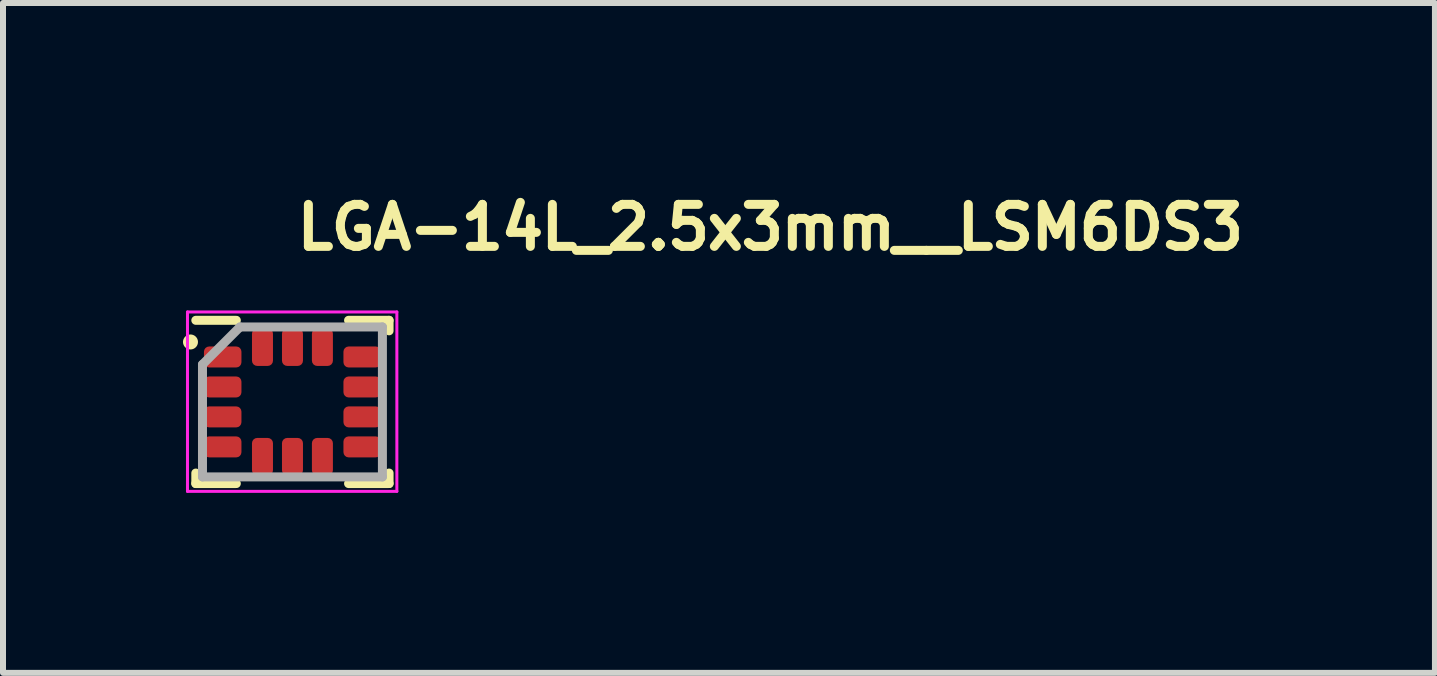
<source format=kicad_pcb>
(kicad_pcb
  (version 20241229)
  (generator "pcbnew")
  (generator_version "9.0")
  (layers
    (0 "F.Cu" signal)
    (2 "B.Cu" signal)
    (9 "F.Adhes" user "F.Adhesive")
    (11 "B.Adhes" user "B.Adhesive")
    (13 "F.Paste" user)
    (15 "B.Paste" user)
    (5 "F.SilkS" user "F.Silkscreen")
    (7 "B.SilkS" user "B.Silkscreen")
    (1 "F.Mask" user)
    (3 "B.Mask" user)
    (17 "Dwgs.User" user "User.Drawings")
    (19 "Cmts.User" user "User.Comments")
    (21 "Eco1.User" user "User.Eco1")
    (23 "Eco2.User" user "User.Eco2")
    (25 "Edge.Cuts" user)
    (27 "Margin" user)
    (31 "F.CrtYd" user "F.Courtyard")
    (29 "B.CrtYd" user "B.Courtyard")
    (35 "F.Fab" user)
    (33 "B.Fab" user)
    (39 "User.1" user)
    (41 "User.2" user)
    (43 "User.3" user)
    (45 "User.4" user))
  (footprint "LGA-14L_2.5x3mm__LSM6DS3"
    (layer "F.Cu")
    (at 1.825 3.65)
    (property "Reference" "LGA-14L_2.5x3mm__LSM6DS3" (at 0 -2.5 0) (layer "F.SilkS") (effects (font (size 0.7 0.7) (thickness 0.15)) (justify left bottom)))
    (attr smd)
    (fp_line (start -1.611 1.36) (end -1.611 1.185) (stroke (width 0.15) (type solid)) (layer "F.SilkS"))
    (fp_line (start -0.936 -1.361) (end -1.611 -1.361) (stroke (width 0.15) (type solid)) (layer "F.SilkS"))
    (fp_line (start -0.936 1.36) (end -1.611 1.36) (stroke (width 0.15) (type solid)) (layer "F.SilkS"))
    (fp_line (start 0.935 -1.361) (end 1.61 -1.361) (stroke (width 0.15) (type solid)) (layer "F.SilkS"))
    (fp_line (start 0.935 1.36) (end 1.61 1.36) (stroke (width 0.15) (type solid)) (layer "F.SilkS"))
    (fp_line (start 1.61 -1.361) (end 1.61 -1.186) (stroke (width 0.15) (type solid)) (layer "F.SilkS"))
    (fp_line (start 1.61 1.36) (end 1.61 1.185) (stroke (width 0.15) (type solid)) (layer "F.SilkS"))
    (fp_circle (center -1.7 -1) (end -1.65 -1) (stroke (width 0.15) (type solid)) (fill yes) (layer "F.SilkS"))
    (fp_line (start -1.75 -1.5) (end -1.75 1.49) (stroke (width 0.05) (type solid)) (layer "F.CrtYd"))
    (fp_line (start -1.75 1.49) (end 1.74 1.49) (stroke (width 0.05) (type solid)) (layer "F.CrtYd"))
    (fp_line (start 1.74 -1.5) (end -1.75 -1.5) (stroke (width 0.05) (type solid)) (layer "F.CrtYd"))
    (fp_line (start 1.74 1.49) (end 1.74 -1.5) (stroke (width 0.05) (type solid)) (layer "F.CrtYd"))
    (fp_line (start -1.5 -0.625) (end -0.875 -1.25) (stroke (width 0.15) (type solid)) (layer "F.Fab"))
    (fp_line (start -1.5 1.249) (end -1.5 -0.625) (stroke (width 0.15) (type solid)) (layer "F.Fab"))
    (fp_line (start -0.875 -1.25) (end 1.499 -1.25) (stroke (width 0.15) (type solid)) (layer "F.Fab"))
    (fp_line (start 1.499 -1.25) (end 1.499 1.249) (stroke (width 0.15) (type solid)) (layer "F.Fab"))
    (fp_line (start 1.499 1.249) (end -1.5 1.249) (stroke (width 0.15) (type solid)) (layer "F.Fab"))
    (fp_line (start -1.5 -1.2) (end -1.5 1.2) (stroke (width 0.01) (type solid)) (layer "User.9"))
    (fp_line (start -1.5 1.2) (end -1.5 1.203) (stroke (width 0.01) (type solid)) (layer "User.9"))
    (fp_line (start -1.5 -1.203) (end -1.5 -1.2) (stroke (width 0.01) (type solid)) (layer "User.9"))
    (fp_line (start -1.5 1.203) (end -1.5 1.205) (stroke (width 0.01) (type solid)) (layer "User.9"))
    (fp_line (start -1.5 -1.205) (end -1.5 -1.203) (stroke (width 0.01) (type solid)) (layer "User.9"))
    (fp_line (start -1.5 1.205) (end -1.499 1.208) (stroke (width 0.01) (type solid)) (layer "User.9"))
    (fp_line (start -1.499 -1.208) (end -1.5 -1.205) (stroke (width 0.01) (type solid)) (layer "User.9"))
    (fp_line (start -1.499 1.208) (end -1.499 1.21) (stroke (width 0.01) (type solid)) (layer "User.9"))
    (fp_line (start -1.499 -1.21) (end -1.499 -1.208) (stroke (width 0.01) (type solid)) (layer "User.9"))
    (fp_line (start -1.499 1.21) (end -1.498 1.212) (stroke (width 0.01) (type solid)) (layer "User.9"))
    (fp_line (start -1.498 -1.212) (end -1.499 -1.21) (stroke (width 0.01) (type solid)) (layer "User.9"))
    (fp_line (start -1.498 1.212) (end -1.498 1.215) (stroke (width 0.01) (type solid)) (layer "User.9"))
    (fp_line (start -1.498 -1.215) (end -1.498 -1.212) (stroke (width 0.01) (type solid)) (layer "User.9"))
    (fp_line (start -1.498 1.215) (end -1.497 1.217) (stroke (width 0.01) (type solid)) (layer "User.9"))
    (fp_line (start -1.497 -1.217) (end -1.498 -1.215) (stroke (width 0.01) (type solid)) (layer "User.9"))
    (fp_line (start -1.497 1.217) (end -1.496 1.219) (stroke (width 0.01) (type solid)) (layer "User.9"))
    (fp_line (start -1.496 -1.219) (end -1.497 -1.217) (stroke (width 0.01) (type solid)) (layer "User.9"))
    (fp_line (start -1.496 1.219) (end -1.495 1.222) (stroke (width 0.01) (type solid)) (layer "User.9"))
    (fp_line (start -1.495 -1.222) (end -1.496 -1.219) (stroke (width 0.01) (type solid)) (layer "User.9"))
    (fp_line (start -1.495 1.222) (end -1.494 1.224) (stroke (width 0.01) (type solid)) (layer "User.9"))
    (fp_line (start -1.494 -1.224) (end -1.495 -1.222) (stroke (width 0.01) (type solid)) (layer "User.9"))
    (fp_line (start -1.494 1.224) (end -1.493 1.226) (stroke (width 0.01) (type solid)) (layer "User.9"))
    (fp_line (start -1.493 -1.226) (end -1.494 -1.224) (stroke (width 0.01) (type solid)) (layer "User.9"))
    (fp_line (start -1.493 1.226) (end -1.491 1.228) (stroke (width 0.01) (type solid)) (layer "User.9"))
    (fp_line (start -1.491 -1.228) (end -1.493 -1.226) (stroke (width 0.01) (type solid)) (layer "User.9"))
    (fp_line (start -1.491 1.228) (end -1.49 1.23) (stroke (width 0.01) (type solid)) (layer "User.9"))
    (fp_line (start -1.49 -1.23) (end -1.491 -1.228) (stroke (width 0.01) (type solid)) (layer "User.9"))
    (fp_line (start -1.49 1.23) (end -1.489 1.232) (stroke (width 0.01) (type solid)) (layer "User.9"))
    (fp_line (start -1.489 -1.232) (end -1.49 -1.23) (stroke (width 0.01) (type solid)) (layer "User.9"))
    (fp_line (start -1.489 1.232) (end -1.487 1.234) (stroke (width 0.01) (type solid)) (layer "User.9"))
    (fp_line (start -1.487 -1.234) (end -1.489 -1.232) (stroke (width 0.01) (type solid)) (layer "User.9"))
    (fp_line (start -1.487 1.234) (end -1.485 1.235) (stroke (width 0.01) (type solid)) (layer "User.9"))
    (fp_line (start -1.485 -1.235) (end -1.487 -1.234) (stroke (width 0.01) (type solid)) (layer "User.9"))
    (fp_line (start -1.485 1.235) (end -1.484 1.237) (stroke (width 0.01) (type solid)) (layer "User.9"))
    (fp_line (start -1.484 -1.237) (end -1.485 -1.235) (stroke (width 0.01) (type solid)) (layer "User.9"))
    (fp_line (start -1.484 1.237) (end -1.482 1.239) (stroke (width 0.01) (type solid)) (layer "User.9"))
    (fp_line (start -1.482 -1.239) (end -1.484 -1.237) (stroke (width 0.01) (type solid)) (layer "User.9"))
    (fp_line (start -1.482 1.239) (end -1.48 1.24) (stroke (width 0.01) (type solid)) (layer "User.9"))
    (fp_line (start -1.48 -1.24) (end -1.482 -1.239) (stroke (width 0.01) (type solid)) (layer "User.9"))
    (fp_line (start -1.48 1.24) (end -1.478 1.241) (stroke (width 0.01) (type solid)) (layer "User.9"))
    (fp_line (start -1.478 -1.241) (end -1.48 -1.24) (stroke (width 0.01) (type solid)) (layer "User.9"))
    (fp_line (start -1.478 1.241) (end -1.476 1.243) (stroke (width 0.01) (type solid)) (layer "User.9"))
    (fp_line (start -1.476 -1.243) (end -1.478 -1.241) (stroke (width 0.01) (type solid)) (layer "User.9"))
    (fp_line (start -1.476 1.243) (end -1.474 1.244) (stroke (width 0.01) (type solid)) (layer "User.9"))
    (fp_line (start -1.474 -1.244) (end -1.476 -1.243) (stroke (width 0.01) (type solid)) (layer "User.9"))
    (fp_line (start -1.474 1.244) (end -1.472 1.245) (stroke (width 0.01) (type solid)) (layer "User.9"))
    (fp_line (start -1.472 -1.245) (end -1.474 -1.244) (stroke (width 0.01) (type solid)) (layer "User.9"))
    (fp_line (start -1.472 1.245) (end -1.469 1.246) (stroke (width 0.01) (type solid)) (layer "User.9"))
    (fp_line (start -1.469 -1.246) (end -1.472 -1.245) (stroke (width 0.01) (type solid)) (layer "User.9"))
    (fp_line (start -1.469 1.246) (end -1.467 1.247) (stroke (width 0.01) (type solid)) (layer "User.9"))
    (fp_line (start -1.467 -1.247) (end -1.469 -1.246) (stroke (width 0.01) (type solid)) (layer "User.9"))
    (fp_line (start -1.467 1.247) (end -1.465 1.248) (stroke (width 0.01) (type solid)) (layer "User.9"))
    (fp_line (start -1.465 -1.248) (end -1.467 -1.247) (stroke (width 0.01) (type solid)) (layer "User.9"))
    (fp_line (start -1.465 1.248) (end -1.462 1.248) (stroke (width 0.01) (type solid)) (layer "User.9"))
    (fp_line (start -1.462 -1.248) (end -1.465 -1.248) (stroke (width 0.01) (type solid)) (layer "User.9"))
    (fp_line (start -1.462 1.248) (end -1.46 1.249) (stroke (width 0.01) (type solid)) (layer "User.9"))
    (fp_line (start -1.46 -1.249) (end -1.462 -1.248) (stroke (width 0.01) (type solid)) (layer "User.9"))
    (fp_line (start -1.46 1.249) (end -1.458 1.249) (stroke (width 0.01) (type solid)) (layer "User.9"))
    (fp_line (start -1.458 -1.249) (end -1.46 -1.249) (stroke (width 0.01) (type solid)) (layer "User.9"))
    (fp_line (start -1.458 1.249) (end -1.455 1.25) (stroke (width 0.01) (type solid)) (layer "User.9"))
    (fp_line (start -1.455 -1.25) (end -1.458 -1.249) (stroke (width 0.01) (type solid)) (layer "User.9"))
    (fp_line (start -1.455 1.25) (end -1.453 1.25) (stroke (width 0.01) (type solid)) (layer "User.9"))
    (fp_line (start -1.453 -1.25) (end -1.455 -1.25) (stroke (width 0.01) (type solid)) (layer "User.9"))
    (fp_line (start -1.453 1.25) (end -1.45 1.25) (stroke (width 0.01) (type solid)) (layer "User.9"))
    (fp_line (start -1.45 -1.25) (end -1.453 -1.25) (stroke (width 0.01) (type solid)) (layer "User.9"))
    (fp_line (start -1.45 1.25) (end 1.45 1.25) (stroke (width 0.01) (type solid)) (layer "User.9"))
    (fp_line (start -1.1 -0.75) (end -1.1 -0.75) (stroke (width 0.01) (type solid)) (layer "User.9"))
    (fp_line (start -1.1 -0.75) (end -1.1 -0.743) (stroke (width 0.01) (type solid)) (layer "User.9"))
    (fp_line (start -1.1 -0.757) (end -1.1 -0.75) (stroke (width 0.01) (type solid)) (layer "User.9"))
    (fp_line (start -1.1 -0.743) (end -1.099 -0.735) (stroke (width 0.01) (type solid)) (layer "User.9"))
    (fp_line (start -1.099 -0.765) (end -1.1 -0.757) (stroke (width 0.01) (type solid)) (layer "User.9"))
    (fp_line (start -1.099 -0.735) (end -1.098 -0.728) (stroke (width 0.01) (type solid)) (layer "User.9"))
    (fp_line (start -1.098 -0.772) (end -1.099 -0.765) (stroke (width 0.01) (type solid)) (layer "User.9"))
    (fp_line (start -1.098 -0.728) (end -1.097 -0.721) (stroke (width 0.01) (type solid)) (layer "User.9"))
    (fp_line (start -1.097 -0.779) (end -1.098 -0.772) (stroke (width 0.01) (type solid)) (layer "User.9"))
    (fp_line (start -1.097 -0.721) (end -1.095 -0.713) (stroke (width 0.01) (type solid)) (layer "User.9"))
    (fp_line (start -1.095 -0.787) (end -1.097 -0.779) (stroke (width 0.01) (type solid)) (layer "User.9"))
    (fp_line (start -1.095 -0.713) (end -1.094 -0.706) (stroke (width 0.01) (type solid)) (layer "User.9"))
    (fp_line (start -1.094 -0.794) (end -1.095 -0.787) (stroke (width 0.01) (type solid)) (layer "User.9"))
    (fp_line (start -1.094 -0.706) (end -1.091 -0.699) (stroke (width 0.01) (type solid)) (layer "User.9"))
    (fp_line (start -1.091 -0.801) (end -1.094 -0.794) (stroke (width 0.01) (type solid)) (layer "User.9"))
    (fp_line (start -1.091 -0.699) (end -1.089 -0.693) (stroke (width 0.01) (type solid)) (layer "User.9"))
    (fp_line (start -1.089 -0.807) (end -1.091 -0.801) (stroke (width 0.01) (type solid)) (layer "User.9"))
    (fp_line (start -1.089 -0.693) (end -1.086 -0.686) (stroke (width 0.01) (type solid)) (layer "User.9"))
    (fp_line (start -1.086 -0.814) (end -1.089 -0.807) (stroke (width 0.01) (type solid)) (layer "User.9"))
    (fp_line (start -1.086 -0.686) (end -1.082 -0.679) (stroke (width 0.01) (type solid)) (layer "User.9"))
    (fp_line (start -1.082 -0.821) (end -1.086 -0.814) (stroke (width 0.01) (type solid)) (layer "User.9"))
    (fp_line (start -1.082 -0.679) (end -1.079 -0.673) (stroke (width 0.01) (type solid)) (layer "User.9"))
    (fp_line (start -1.079 -0.827) (end -1.082 -0.821) (stroke (width 0.01) (type solid)) (layer "User.9"))
    (fp_line (start -1.079 -0.673) (end -1.075 -0.667) (stroke (width 0.01) (type solid)) (layer "User.9"))
    (fp_line (start -1.075 -0.833) (end -1.079 -0.827) (stroke (width 0.01) (type solid)) (layer "User.9"))
    (fp_line (start -1.075 -0.667) (end -1.071 -0.661) (stroke (width 0.01) (type solid)) (layer "User.9"))
    (fp_line (start -1.071 -0.839) (end -1.075 -0.833) (stroke (width 0.01) (type solid)) (layer "User.9"))
    (fp_line (start -1.071 -0.661) (end -1.066 -0.655) (stroke (width 0.01) (type solid)) (layer "User.9"))
    (fp_line (start -1.066 -0.845) (end -1.071 -0.839) (stroke (width 0.01) (type solid)) (layer "User.9"))
    (fp_line (start -1.066 -0.655) (end -1.061 -0.649) (stroke (width 0.01) (type solid)) (layer "User.9"))
    (fp_line (start -1.061 -0.851) (end -1.066 -0.845) (stroke (width 0.01) (type solid)) (layer "User.9"))
    (fp_line (start -1.061 -0.649) (end -1.056 -0.644) (stroke (width 0.01) (type solid)) (layer "User.9"))
    (fp_line (start -1.056 -0.856) (end -1.061 -0.851) (stroke (width 0.01) (type solid)) (layer "User.9"))
    (fp_line (start -1.056 -0.856) (end -1.056 -0.856) (stroke (width 0.01) (type solid)) (layer "User.9"))
    (fp_line (start -1.056 -0.644) (end -1.056 -0.644) (stroke (width 0.01) (type solid)) (layer "User.9"))
    (fp_line (start -1.056 -0.644) (end -1.051 -0.639) (stroke (width 0.01) (type solid)) (layer "User.9"))
    (fp_line (start -1.051 -0.639) (end -1.045 -0.634) (stroke (width 0.01) (type solid)) (layer "User.9"))
    (fp_line (start -1.051 -0.861) (end -1.056 -0.856) (stroke (width 0.01) (type solid)) (layer "User.9"))
    (fp_line (start -1.045 -0.634) (end -1.039 -0.629) (stroke (width 0.01) (type solid)) (layer "User.9"))
    (fp_line (start -1.045 -0.866) (end -1.051 -0.861) (stroke (width 0.01) (type solid)) (layer "User.9"))
    (fp_line (start -1.039 -0.871) (end -1.045 -0.866) (stroke (width 0.01) (type solid)) (layer "User.9"))
    (fp_line (start -1.039 -0.629) (end -1.033 -0.625) (stroke (width 0.01) (type solid)) (layer "User.9"))
    (fp_line (start -1.033 -0.875) (end -1.039 -0.871) (stroke (width 0.01) (type solid)) (layer "User.9"))
    (fp_line (start -1.033 -0.625) (end -1.027 -0.621) (stroke (width 0.01) (type solid)) (layer "User.9"))
    (fp_line (start -1.027 -0.879) (end -1.033 -0.875) (stroke (width 0.01) (type solid)) (layer "User.9"))
    (fp_line (start -1.027 -0.621) (end -1.021 -0.618) (stroke (width 0.01) (type solid)) (layer "User.9"))
    (fp_line (start -1.021 -0.882) (end -1.027 -0.879) (stroke (width 0.01) (type solid)) (layer "User.9"))
    (fp_line (start -1.021 -0.618) (end -1.014 -0.614) (stroke (width 0.01) (type solid)) (layer "User.9"))
    (fp_line (start -1.014 -0.886) (end -1.021 -0.882) (stroke (width 0.01) (type solid)) (layer "User.9"))
    (fp_line (start -1.014 -0.614) (end -1.007 -0.611) (stroke (width 0.01) (type solid)) (layer "User.9"))
    (fp_line (start -1.007 -0.889) (end -1.014 -0.886) (stroke (width 0.01) (type solid)) (layer "User.9"))
    (fp_line (start -1.007 -0.611) (end -1 -0.609) (stroke (width 0.01) (type solid)) (layer "User.9"))
    (fp_line (start -1.001 -0.891) (end -1.007 -0.889) (stroke (width 0.01) (type solid)) (layer "User.9"))
    (fp_line (start -1 -0.609) (end -0.993 -0.606) (stroke (width 0.01) (type solid)) (layer "User.9"))
    (fp_line (start -0.994 -0.894) (end -1.001 -0.891) (stroke (width 0.01) (type solid)) (layer "User.9"))
    (fp_line (start -0.993 -0.606) (end -0.986 -0.604) (stroke (width 0.01) (type solid)) (layer "User.9"))
    (fp_line (start -0.987 -0.895) (end -0.994 -0.894) (stroke (width 0.01) (type solid)) (layer "User.9"))
    (fp_line (start -0.986 -0.604) (end -0.979 -0.603) (stroke (width 0.01) (type solid)) (layer "User.9"))
    (fp_line (start -0.979 -0.897) (end -0.987 -0.895) (stroke (width 0.01) (type solid)) (layer "User.9"))
    (fp_line (start -0.979 -0.603) (end -0.972 -0.602) (stroke (width 0.01) (type solid)) (layer "User.9"))
    (fp_line (start -0.972 -0.898) (end -0.979 -0.897) (stroke (width 0.01) (type solid)) (layer "User.9"))
    (fp_line (start -0.972 -0.602) (end -0.965 -0.601) (stroke (width 0.01) (type solid)) (layer "User.9"))
    (fp_line (start -0.965 -0.899) (end -0.972 -0.898) (stroke (width 0.01) (type solid)) (layer "User.9"))
    (fp_line (start -0.965 -0.601) (end -0.957 -0.6) (stroke (width 0.01) (type solid)) (layer "User.9"))
    (fp_line (start -0.957 -0.9) (end -0.965 -0.899) (stroke (width 0.01) (type solid)) (layer "User.9"))
    (fp_line (start -0.957 -0.6) (end -0.95 -0.6) (stroke (width 0.01) (type solid)) (layer "User.9"))
    (fp_line (start -0.95 -0.9) (end -0.957 -0.9) (stroke (width 0.01) (type solid)) (layer "User.9"))
    (fp_line (start -0.95 -0.751) (end -0.95 -0.749) (stroke (width 0.01) (type solid)) (layer "User.9"))
    (fp_line (start -0.95 -0.749) (end -0.95 -0.749) (stroke (width 0.01) (type solid)) (layer "User.9"))
    (fp_line (start -0.95 -0.6) (end -0.942 -0.6) (stroke (width 0.01) (type solid)) (layer "User.9"))
    (fp_line (start -0.95 -0.751) (end -0.95 -0.751) (stroke (width 0.01) (type solid)) (layer "User.9"))
    (fp_line (start -0.95 -0.749) (end -0.95 -0.749) (stroke (width 0.01) (type solid)) (layer "User.9"))
    (fp_line (start -0.95 -0.751) (end -0.95 -0.751) (stroke (width 0.01) (type solid)) (layer "User.9"))
    (fp_line (start -0.95 -0.749) (end -0.95 -0.749) (stroke (width 0.01) (type solid)) (layer "User.9"))
    (fp_line (start -0.95 -0.751) (end -0.95 -0.751) (stroke (width 0.01) (type solid)) (layer "User.9"))
    (fp_line (start -0.95 -0.749) (end -0.95 -0.749) (stroke (width 0.01) (type solid)) (layer "User.9"))
    (fp_line (start -0.95 -0.751) (end -0.95 -0.751) (stroke (width 0.01) (type solid)) (layer "User.9"))
    (fp_line (start -0.95 -0.749) (end -0.949 -0.749) (stroke (width 0.01) (type solid)) (layer "User.9"))
    (fp_line (start -0.949 -0.751) (end -0.95 -0.751) (stroke (width 0.01) (type solid)) (layer "User.9"))
    (fp_line (start -0.949 -0.749) (end -0.949 -0.749) (stroke (width 0.01) (type solid)) (layer "User.9"))
    (fp_line (start -0.949 -0.751) (end -0.949 -0.751) (stroke (width 0.01) (type solid)) (layer "User.9"))
    (fp_line (start -0.949 -0.749) (end -0.949 -0.749) (stroke (width 0.01) (type solid)) (layer "User.9"))
    (fp_line (start -0.949 -0.751) (end -0.949 -0.751) (stroke (width 0.01) (type solid)) (layer "User.9"))
    (fp_line (start -0.949 -0.749) (end -0.949 -0.75) (stroke (width 0.01) (type solid)) (layer "User.9"))
    (fp_line (start -0.949 -0.751) (end -0.949 -0.751) (stroke (width 0.01) (type solid)) (layer "User.9"))
    (fp_line (start -0.949 -0.75) (end -0.949 -0.75) (stroke (width 0.01) (type solid)) (layer "User.9"))
    (fp_line (start -0.949 -0.75) (end -0.949 -0.751) (stroke (width 0.01) (type solid)) (layer "User.9"))
    (fp_line (start -0.949 -0.75) (end -0.949 -0.75) (stroke (width 0.01) (type solid)) (layer "User.9"))
    (fp_line (start -0.949 -0.75) (end -0.949 -0.75) (stroke (width 0.01) (type solid)) (layer "User.9"))
    (fp_line (start -0.949 -0.75) (end -0.949 -0.75) (stroke (width 0.01) (type solid)) (layer "User.9"))
    (fp_line (start -0.949 -0.75) (end -0.949 -0.75) (stroke (width 0.01) (type solid)) (layer "User.9"))
    (fp_line (start -0.949 -0.75) (end -0.949 -0.75) (stroke (width 0.01) (type solid)) (layer "User.9"))
    (fp_line (start -0.949 -0.75) (end -0.949 -0.75) (stroke (width 0.01) (type solid)) (layer "User.9"))
    (fp_line (start -0.949 -0.75) (end -0.949 -0.75) (stroke (width 0.01) (type solid)) (layer "User.9"))
    (fp_line (start -0.949 -0.75) (end -0.949 -0.75) (stroke (width 0.01) (type solid)) (layer "User.9"))
    (fp_line (start -0.949 -0.75) (end -0.949 -0.75) (stroke (width 0.01) (type solid)) (layer "User.9"))
    (fp_line (start -0.949 -0.75) (end -0.949 -0.75) (stroke (width 0.01) (type solid)) (layer "User.9"))
    (fp_line (start -0.949 -0.75) (end -0.949 -0.75) (stroke (width 0.01) (type solid)) (layer "User.9"))
    (fp_line (start -0.949 -0.75) (end -0.949 -0.75) (stroke (width 0.01) (type solid)) (layer "User.9"))
    (fp_line (start -0.949 -0.75) (end -0.949 -0.75) (stroke (width 0.01) (type solid)) (layer "User.9"))
    (fp_line (start -0.949 -0.75) (end -0.949 -0.75) (stroke (width 0.01) (type solid)) (layer "User.9"))
    (fp_line (start -0.943 -0.9) (end -0.95 -0.9) (stroke (width 0.01) (type solid)) (layer "User.9"))
    (fp_line (start -0.942 -0.6) (end -0.935 -0.601) (stroke (width 0.01) (type solid)) (layer "User.9"))
    (fp_line (start -0.935 -0.899) (end -0.943 -0.9) (stroke (width 0.01) (type solid)) (layer "User.9"))
    (fp_line (start -0.935 -0.601) (end -0.928 -0.602) (stroke (width 0.01) (type solid)) (layer "User.9"))
    (fp_line (start -0.928 -0.898) (end -0.935 -0.899) (stroke (width 0.01) (type solid)) (layer "User.9"))
    (fp_line (start -0.928 -0.602) (end -0.92 -0.603) (stroke (width 0.01) (type solid)) (layer "User.9"))
    (fp_line (start -0.921 -0.897) (end -0.928 -0.898) (stroke (width 0.01) (type solid)) (layer "User.9"))
    (fp_line (start -0.92 -0.603) (end -0.913 -0.605) (stroke (width 0.01) (type solid)) (layer "User.9"))
    (fp_line (start -0.913 -0.895) (end -0.921 -0.897) (stroke (width 0.01) (type solid)) (layer "User.9"))
    (fp_line (start -0.913 -0.605) (end -0.906 -0.607) (stroke (width 0.01) (type solid)) (layer "User.9"))
    (fp_line (start -0.906 -0.894) (end -0.913 -0.895) (stroke (width 0.01) (type solid)) (layer "User.9"))
    (fp_line (start -0.906 -0.607) (end -0.899 -0.609) (stroke (width 0.01) (type solid)) (layer "User.9"))
    (fp_line (start -0.899 -0.891) (end -0.906 -0.894) (stroke (width 0.01) (type solid)) (layer "User.9"))
    (fp_line (start -0.899 -0.609) (end -0.892 -0.611) (stroke (width 0.01) (type solid)) (layer "User.9"))
    (fp_line (start -0.893 -0.889) (end -0.899 -0.891) (stroke (width 0.01) (type solid)) (layer "User.9"))
    (fp_line (start -0.892 -0.611) (end -0.886 -0.614) (stroke (width 0.01) (type solid)) (layer "User.9"))
    (fp_line (start -0.886 -0.886) (end -0.893 -0.889) (stroke (width 0.01) (type solid)) (layer "User.9"))
    (fp_line (start -0.886 -0.614) (end -0.879 -0.618) (stroke (width 0.01) (type solid)) (layer "User.9"))
    (fp_line (start -0.879 -0.882) (end -0.886 -0.886) (stroke (width 0.01) (type solid)) (layer "User.9"))
    (fp_line (start -0.879 -0.618) (end -0.873 -0.621) (stroke (width 0.01) (type solid)) (layer "User.9"))
    (fp_line (start -0.873 -0.879) (end -0.879 -0.882) (stroke (width 0.01) (type solid)) (layer "User.9"))
    (fp_line (start -0.873 -0.621) (end -0.867 -0.625) (stroke (width 0.01) (type solid)) (layer "User.9"))
    (fp_line (start -0.867 -0.875) (end -0.873 -0.879) (stroke (width 0.01) (type solid)) (layer "User.9"))
    (fp_line (start -0.867 -0.625) (end -0.861 -0.629) (stroke (width 0.01) (type solid)) (layer "User.9"))
    (fp_line (start -0.861 -0.871) (end -0.867 -0.875) (stroke (width 0.01) (type solid)) (layer "User.9"))
    (fp_line (start -0.861 -0.629) (end -0.855 -0.634) (stroke (width 0.01) (type solid)) (layer "User.9"))
    (fp_line (start -0.855 -0.866) (end -0.861 -0.871) (stroke (width 0.01) (type solid)) (layer "User.9"))
    (fp_line (start -0.855 -0.634) (end -0.849 -0.639) (stroke (width 0.01) (type solid)) (layer "User.9"))
    (fp_line (start -0.849 -0.639) (end -0.844 -0.644) (stroke (width 0.01) (type solid)) (layer "User.9"))
    (fp_line (start -0.849 -0.861) (end -0.855 -0.866) (stroke (width 0.01) (type solid)) (layer "User.9"))
    (fp_line (start -0.844 -0.856) (end -0.849 -0.861) (stroke (width 0.01) (type solid)) (layer "User.9"))
    (fp_line (start -0.844 -0.856) (end -0.844 -0.856) (stroke (width 0.01) (type solid)) (layer "User.9"))
    (fp_line (start -0.844 -0.644) (end -0.844 -0.644) (stroke (width 0.01) (type solid)) (layer "User.9"))
    (fp_line (start -0.844 -0.644) (end -0.839 -0.649) (stroke (width 0.01) (type solid)) (layer "User.9"))
    (fp_line (start -0.839 -0.851) (end -0.844 -0.856) (stroke (width 0.01) (type solid)) (layer "User.9"))
    (fp_line (start -0.839 -0.649) (end -0.834 -0.655) (stroke (width 0.01) (type solid)) (layer "User.9"))
    (fp_line (start -0.834 -0.845) (end -0.839 -0.851) (stroke (width 0.01) (type solid)) (layer "User.9"))
    (fp_line (start -0.834 -0.655) (end -0.829 -0.661) (stroke (width 0.01) (type solid)) (layer "User.9"))
    (fp_line (start -0.829 -0.839) (end -0.834 -0.845) (stroke (width 0.01) (type solid)) (layer "User.9"))
    (fp_line (start -0.829 -0.661) (end -0.825 -0.667) (stroke (width 0.01) (type solid)) (layer "User.9"))
    (fp_line (start -0.825 -0.833) (end -0.829 -0.839) (stroke (width 0.01) (type solid)) (layer "User.9"))
    (fp_line (start -0.825 -0.667) (end -0.821 -0.673) (stroke (width 0.01) (type solid)) (layer "User.9"))
    (fp_line (start -0.821 -0.827) (end -0.825 -0.833) (stroke (width 0.01) (type solid)) (layer "User.9"))
    (fp_line (start -0.821 -0.673) (end -0.818 -0.679) (stroke (width 0.01) (type solid)) (layer "User.9"))
    (fp_line (start -0.818 -0.821) (end -0.821 -0.827) (stroke (width 0.01) (type solid)) (layer "User.9"))
    (fp_line (start -0.818 -0.679) (end -0.814 -0.686) (stroke (width 0.01) (type solid)) (layer "User.9"))
    (fp_line (start -0.814 -0.814) (end -0.818 -0.821) (stroke (width 0.01) (type solid)) (layer "User.9"))
    (fp_line (start -0.814 -0.686) (end -0.811 -0.693) (stroke (width 0.01) (type solid)) (layer "User.9"))
    (fp_line (start -0.811 -0.807) (end -0.814 -0.814) (stroke (width 0.01) (type solid)) (layer "User.9"))
    (fp_line (start -0.811 -0.693) (end -0.809 -0.699) (stroke (width 0.01) (type solid)) (layer "User.9"))
    (fp_line (start -0.809 -0.801) (end -0.811 -0.807) (stroke (width 0.01) (type solid)) (layer "User.9"))
    (fp_line (start -0.809 -0.699) (end -0.806 -0.706) (stroke (width 0.01) (type solid)) (layer "User.9"))
    (fp_line (start -0.806 -0.794) (end -0.809 -0.801) (stroke (width 0.01) (type solid)) (layer "User.9"))
    (fp_line (start -0.806 -0.706) (end -0.805 -0.713) (stroke (width 0.01) (type solid)) (layer "User.9"))
    (fp_line (start -0.805 -0.787) (end -0.806 -0.794) (stroke (width 0.01) (type solid)) (layer "User.9"))
    (fp_line (start -0.805 -0.713) (end -0.803 -0.721) (stroke (width 0.01) (type solid)) (layer "User.9"))
    (fp_line (start -0.803 -0.779) (end -0.805 -0.787) (stroke (width 0.01) (type solid)) (layer "User.9"))
    (fp_line (start -0.803 -0.721) (end -0.802 -0.728) (stroke (width 0.01) (type solid)) (layer "User.9"))
    (fp_line (start -0.802 -0.772) (end -0.803 -0.779) (stroke (width 0.01) (type solid)) (layer "User.9"))
    (fp_line (start -0.802 -0.728) (end -0.801 -0.735) (stroke (width 0.01) (type solid)) (layer "User.9"))
    (fp_line (start -0.801 -0.765) (end -0.802 -0.772) (stroke (width 0.01) (type solid)) (layer "User.9"))
    (fp_line (start -0.801 -0.735) (end -0.8 -0.743) (stroke (width 0.01) (type solid)) (layer "User.9"))
    (fp_line (start -0.8 -0.757) (end -0.801 -0.765) (stroke (width 0.01) (type solid)) (layer "User.9"))
    (fp_line (start -0.8 -0.743) (end -0.8 -0.75) (stroke (width 0.01) (type solid)) (layer "User.9"))
    (fp_line (start -0.8 -0.75) (end -0.8 -0.757) (stroke (width 0.01) (type solid)) (layer "User.9"))
    (fp_line (start -0.8 -0.75) (end -0.8 -0.75) (stroke (width 0.01) (type solid)) (layer "User.9"))
    (fp_line (start 1.45 -1.25) (end -1.45 -1.25) (stroke (width 0.01) (type solid)) (layer "User.9"))
    (fp_line (start 1.45 1.25) (end 1.453 1.25) (stroke (width 0.01) (type solid)) (layer "User.9"))
    (fp_line (start 1.453 -1.25) (end 1.45 -1.25) (stroke (width 0.01) (type solid)) (layer "User.9"))
    (fp_line (start 1.453 1.25) (end 1.455 1.25) (stroke (width 0.01) (type solid)) (layer "User.9"))
    (fp_line (start 1.455 -1.25) (end 1.453 -1.25) (stroke (width 0.01) (type solid)) (layer "User.9"))
    (fp_line (start 1.455 1.25) (end 1.458 1.249) (stroke (width 0.01) (type solid)) (layer "User.9"))
    (fp_line (start 1.458 -1.249) (end 1.455 -1.25) (stroke (width 0.01) (type solid)) (layer "User.9"))
    (fp_line (start 1.458 1.249) (end 1.46 1.249) (stroke (width 0.01) (type solid)) (layer "User.9"))
    (fp_line (start 1.46 -1.249) (end 1.458 -1.249) (stroke (width 0.01) (type solid)) (layer "User.9"))
    (fp_line (start 1.46 1.249) (end 1.462 1.248) (stroke (width 0.01) (type solid)) (layer "User.9"))
    (fp_line (start 1.462 -1.248) (end 1.46 -1.249) (stroke (width 0.01) (type solid)) (layer "User.9"))
    (fp_line (start 1.462 1.248) (end 1.465 1.248) (stroke (width 0.01) (type solid)) (layer "User.9"))
    (fp_line (start 1.465 -1.248) (end 1.462 -1.248) (stroke (width 0.01) (type solid)) (layer "User.9"))
    (fp_line (start 1.465 1.248) (end 1.467 1.247) (stroke (width 0.01) (type solid)) (layer "User.9"))
    (fp_line (start 1.467 -1.247) (end 1.465 -1.248) (stroke (width 0.01) (type solid)) (layer "User.9"))
    (fp_line (start 1.467 1.247) (end 1.469 1.246) (stroke (width 0.01) (type solid)) (layer "User.9"))
    (fp_line (start 1.469 -1.246) (end 1.467 -1.247) (stroke (width 0.01) (type solid)) (layer "User.9"))
    (fp_line (start 1.469 1.246) (end 1.472 1.245) (stroke (width 0.01) (type solid)) (layer "User.9"))
    (fp_line (start 1.472 -1.245) (end 1.469 -1.246) (stroke (width 0.01) (type solid)) (layer "User.9"))
    (fp_line (start 1.472 1.245) (end 1.474 1.244) (stroke (width 0.01) (type solid)) (layer "User.9"))
    (fp_line (start 1.474 -1.244) (end 1.472 -1.245) (stroke (width 0.01) (type solid)) (layer "User.9"))
    (fp_line (start 1.474 1.244) (end 1.476 1.243) (stroke (width 0.01) (type solid)) (layer "User.9"))
    (fp_line (start 1.476 -1.243) (end 1.474 -1.244) (stroke (width 0.01) (type solid)) (layer "User.9"))
    (fp_line (start 1.476 1.243) (end 1.478 1.241) (stroke (width 0.01) (type solid)) (layer "User.9"))
    (fp_line (start 1.478 -1.241) (end 1.476 -1.243) (stroke (width 0.01) (type solid)) (layer "User.9"))
    (fp_line (start 1.478 1.241) (end 1.48 1.24) (stroke (width 0.01) (type solid)) (layer "User.9"))
    (fp_line (start 1.48 -1.24) (end 1.478 -1.241) (stroke (width 0.01) (type solid)) (layer "User.9"))
    (fp_line (start 1.48 1.24) (end 1.482 1.239) (stroke (width 0.01) (type solid)) (layer "User.9"))
    (fp_line (start 1.482 -1.239) (end 1.48 -1.24) (stroke (width 0.01) (type solid)) (layer "User.9"))
    (fp_line (start 1.482 1.239) (end 1.484 1.237) (stroke (width 0.01) (type solid)) (layer "User.9"))
    (fp_line (start 1.484 -1.237) (end 1.482 -1.239) (stroke (width 0.01) (type solid)) (layer "User.9"))
    (fp_line (start 1.484 1.237) (end 1.485 1.235) (stroke (width 0.01) (type solid)) (layer "User.9"))
    (fp_line (start 1.485 -1.235) (end 1.484 -1.237) (stroke (width 0.01) (type solid)) (layer "User.9"))
    (fp_line (start 1.485 1.235) (end 1.487 1.234) (stroke (width 0.01) (type solid)) (layer "User.9"))
    (fp_line (start 1.487 -1.234) (end 1.485 -1.235) (stroke (width 0.01) (type solid)) (layer "User.9"))
    (fp_line (start 1.487 1.234) (end 1.489 1.232) (stroke (width 0.01) (type solid)) (layer "User.9"))
    (fp_line (start 1.489 -1.232) (end 1.487 -1.234) (stroke (width 0.01) (type solid)) (layer "User.9"))
    (fp_line (start 1.489 1.232) (end 1.49 1.23) (stroke (width 0.01) (type solid)) (layer "User.9"))
    (fp_line (start 1.49 -1.23) (end 1.489 -1.232) (stroke (width 0.01) (type solid)) (layer "User.9"))
    (fp_line (start 1.49 1.23) (end 1.491 1.228) (stroke (width 0.01) (type solid)) (layer "User.9"))
    (fp_line (start 1.491 -1.228) (end 1.49 -1.23) (stroke (width 0.01) (type solid)) (layer "User.9"))
    (fp_line (start 1.491 1.228) (end 1.493 1.226) (stroke (width 0.01) (type solid)) (layer "User.9"))
    (fp_line (start 1.493 -1.226) (end 1.491 -1.228) (stroke (width 0.01) (type solid)) (layer "User.9"))
    (fp_line (start 1.493 1.226) (end 1.494 1.224) (stroke (width 0.01) (type solid)) (layer "User.9"))
    (fp_line (start 1.494 -1.224) (end 1.493 -1.226) (stroke (width 0.01) (type solid)) (layer "User.9"))
    (fp_line (start 1.494 1.224) (end 1.495 1.222) (stroke (width 0.01) (type solid)) (layer "User.9"))
    (fp_line (start 1.495 -1.222) (end 1.494 -1.224) (stroke (width 0.01) (type solid)) (layer "User.9"))
    (fp_line (start 1.495 1.222) (end 1.496 1.219) (stroke (width 0.01) (type solid)) (layer "User.9"))
    (fp_line (start 1.496 -1.219) (end 1.495 -1.222) (stroke (width 0.01) (type solid)) (layer "User.9"))
    (fp_line (start 1.496 1.219) (end 1.497 1.217) (stroke (width 0.01) (type solid)) (layer "User.9"))
    (fp_line (start 1.497 -1.217) (end 1.496 -1.219) (stroke (width 0.01) (type solid)) (layer "User.9"))
    (fp_line (start 1.497 1.217) (end 1.498 1.215) (stroke (width 0.01) (type solid)) (layer "User.9"))
    (fp_line (start 1.498 -1.215) (end 1.497 -1.217) (stroke (width 0.01) (type solid)) (layer "User.9"))
    (fp_line (start 1.498 1.215) (end 1.498 1.212) (stroke (width 0.01) (type solid)) (layer "User.9"))
    (fp_line (start 1.498 -1.212) (end 1.498 -1.215) (stroke (width 0.01) (type solid)) (layer "User.9"))
    (fp_line (start 1.498 1.212) (end 1.499 1.21) (stroke (width 0.01) (type solid)) (layer "User.9"))
    (fp_line (start 1.499 -1.21) (end 1.498 -1.212) (stroke (width 0.01) (type solid)) (layer "User.9"))
    (fp_line (start 1.499 1.21) (end 1.499 1.208) (stroke (width 0.01) (type solid)) (layer "User.9"))
    (fp_line (start 1.499 -1.208) (end 1.499 -1.21) (stroke (width 0.01) (type solid)) (layer "User.9"))
    (fp_line (start 1.499 1.208) (end 1.5 1.205) (stroke (width 0.01) (type solid)) (layer "User.9"))
    (fp_line (start 1.5 -1.205) (end 1.499 -1.208) (stroke (width 0.01) (type solid)) (layer "User.9"))
    (fp_line (start 1.5 1.205) (end 1.5 1.203) (stroke (width 0.01) (type solid)) (layer "User.9"))
    (fp_line (start 1.5 -1.203) (end 1.5 -1.205) (stroke (width 0.01) (type solid)) (layer "User.9"))
    (fp_line (start 1.5 1.203) (end 1.5 1.2) (stroke (width 0.01) (type solid)) (layer "User.9"))
    (fp_line (start 1.5 -1.2) (end 1.5 -1.203) (stroke (width 0.01) (type solid)) (layer "User.9"))
    (fp_line (start 1.5 1.2) (end 1.5 -1.2) (stroke (width 0.01) (type solid)) (layer "User.9"))
    (pad "1" smd roundrect (at -1.163 -0.75) (size 0.625 0.35) (layers "F.Cu" "F.Mask" "F.Paste") (roundrect_rratio 0.25))
    (pad "2" smd roundrect (at -1.163 -0.25) (size 0.625 0.35) (layers "F.Cu" "F.Mask" "F.Paste") (roundrect_rratio 0.25))
    (pad "3" smd roundrect (at -1.163 0.249) (size 0.625 0.35) (layers "F.Cu" "F.Mask" "F.Paste") (roundrect_rratio 0.25))
    (pad "4" smd roundrect (at -1.163 0.749) (size 0.625 0.35) (layers "F.Cu" "F.Mask" "F.Paste") (roundrect_rratio 0.25))
    (pad "5" smd roundrect (at -0.5 0.912) (size 0.35 0.625) (layers "F.Cu" "F.Mask" "F.Paste") (roundrect_rratio 0.25))
    (pad "6" smd roundrect (at 0 0.912) (size 0.35 0.625) (layers "F.Cu" "F.Mask" "F.Paste") (roundrect_rratio 0.25))
    (pad "7" smd roundrect (at 0.499 0.912) (size 0.35 0.625) (layers "F.Cu" "F.Mask" "F.Paste") (roundrect_rratio 0.25))
    (pad "8" smd roundrect (at 1.162 0.749) (size 0.625 0.35) (layers "F.Cu" "F.Mask" "F.Paste") (roundrect_rratio 0.25))
    (pad "9" smd roundrect (at 1.162 0.249) (size 0.625 0.35) (layers "F.Cu" "F.Mask" "F.Paste") (roundrect_rratio 0.25))
    (pad "10" smd roundrect (at 1.162 -0.25) (size 0.625 0.35) (layers "F.Cu" "F.Mask" "F.Paste") (roundrect_rratio 0.25))
    (pad "11" smd roundrect (at 1.162 -0.75) (size 0.625 0.35) (layers "F.Cu" "F.Mask" "F.Paste") (roundrect_rratio 0.25))
    (pad "12" smd roundrect (at 0.499 -0.913) (size 0.35 0.625) (layers "F.Cu" "F.Mask" "F.Paste") (roundrect_rratio 0.25))
    (pad "13" smd roundrect (at 0 -0.913) (size 0.35 0.625) (layers "F.Cu" "F.Mask" "F.Paste") (roundrect_rratio 0.25))
    (pad "14" smd roundrect (at -0.5 -0.913) (size 0.35 0.625) (layers "F.Cu" "F.Mask" "F.Paste") (roundrect_rratio 0.25)))
  (gr_rect
    (start -3 -3)
    (end 20.868 8.165)
    (stroke (width 0.1) (type default))
    (fill no)
    (layer "Edge.Cuts")))
</source>
